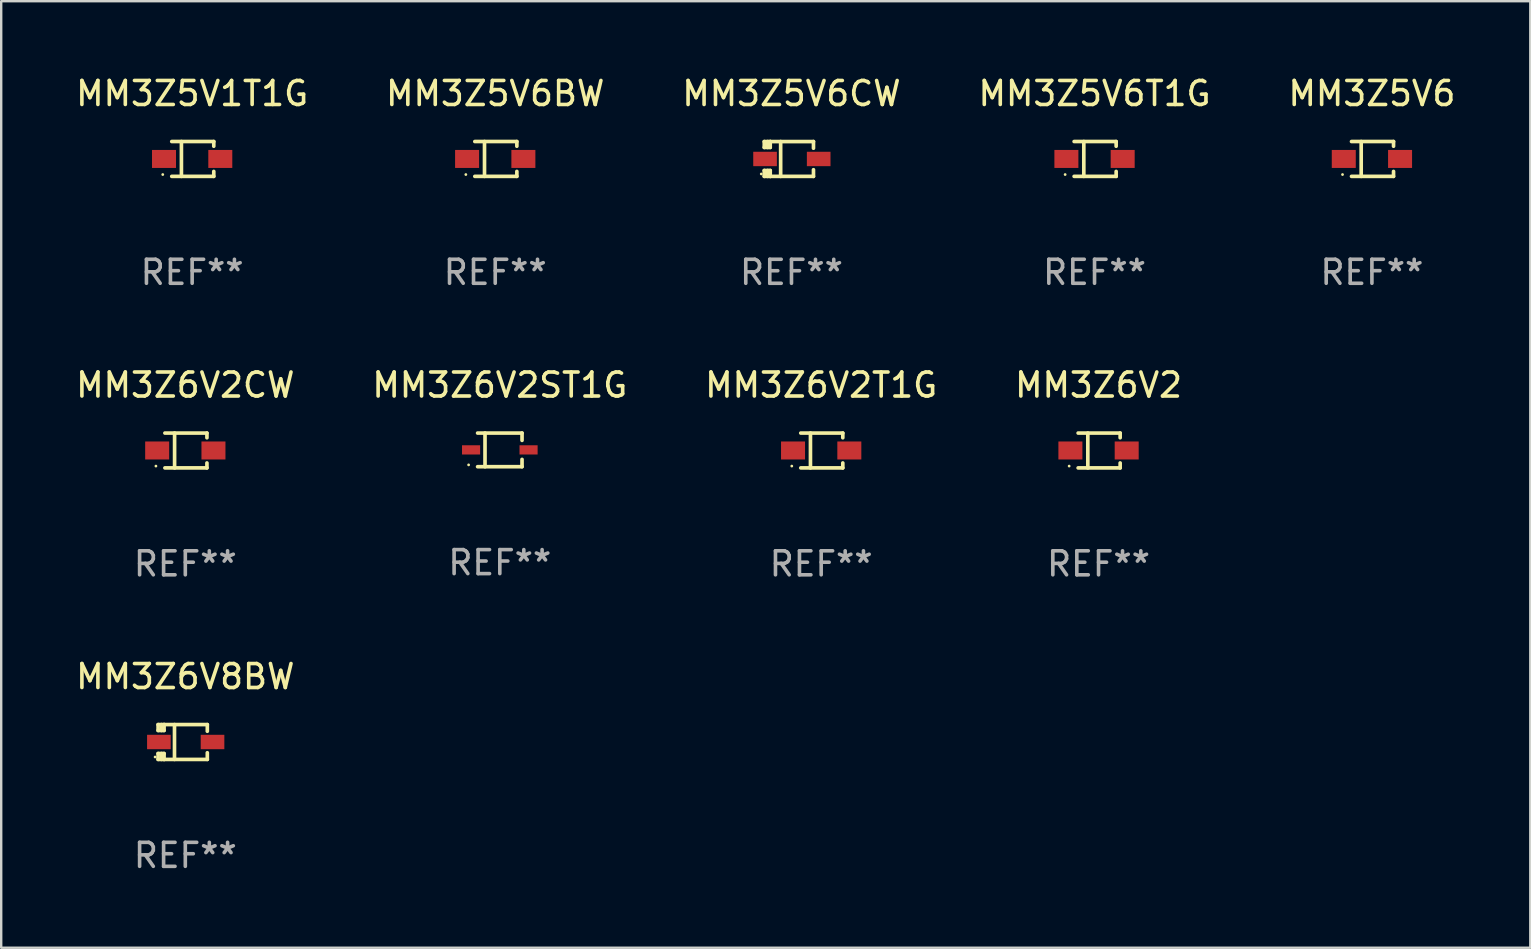
<source format=kicad_pcb>
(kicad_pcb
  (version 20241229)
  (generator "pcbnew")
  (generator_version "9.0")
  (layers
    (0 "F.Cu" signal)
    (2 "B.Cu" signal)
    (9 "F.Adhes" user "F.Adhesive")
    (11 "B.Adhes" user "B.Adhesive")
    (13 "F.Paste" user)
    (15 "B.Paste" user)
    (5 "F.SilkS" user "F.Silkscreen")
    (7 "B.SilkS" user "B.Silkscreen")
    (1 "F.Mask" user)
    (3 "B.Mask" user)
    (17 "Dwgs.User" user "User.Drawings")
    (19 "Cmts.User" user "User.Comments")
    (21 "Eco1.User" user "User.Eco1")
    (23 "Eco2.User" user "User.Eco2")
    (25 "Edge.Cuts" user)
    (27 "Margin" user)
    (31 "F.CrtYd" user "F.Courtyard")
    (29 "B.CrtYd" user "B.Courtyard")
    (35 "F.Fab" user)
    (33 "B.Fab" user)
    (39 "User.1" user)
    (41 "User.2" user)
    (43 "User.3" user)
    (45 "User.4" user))
  (footprint "MM3Z5V6"
    (layer "F.Cu")
    (at 54.125 3.574)
    (property "Reference" "MM3Z5V6" (at 0 -2.726 0) (layer "F.SilkS") (effects (font (size 1 1) (thickness 0.15))))
    (attr through_hole)
    (fp_line (start -0.851 -0.726) (end 0.901 -0.726) (stroke (width 0.152) (type solid)) (layer "F.SilkS"))
    (fp_line (start -0.851 0.726) (end 0.901 0.726) (stroke (width 0.152) (type solid)) (layer "F.SilkS"))
    (fp_line (start -0.447 -0.726) (end -0.447 0.726) (stroke (width 0.152) (type solid)) (layer "F.SilkS"))
    (fp_line (start 0.901 -0.726) (end 0.901 -0.53) (stroke (width 0.152) (type solid)) (layer "F.SilkS"))
    (fp_line (start 0.901 0.726) (end 0.901 0.52) (stroke (width 0.152) (type solid)) (layer "F.SilkS"))
    (fp_circle (center -1.225 0.65) (end -1.195 0.65) (stroke (width 0.06) (type solid)) (fill no) (layer "F.SilkS"))
    (fp_text user "REF**" (at 0 4.726 0) (layer "F.Fab") (effects (font (size 1 1) (thickness 0.15))))
    (pad "1" smd rect (at -1.173 0) (size 1 0.75) (layers "F.Cu" "F.Mask" "F.Paste"))
    (pad "2" smd rect (at 1.173 0) (size 1 0.75) (layers "F.Cu" "F.Mask" "F.Paste")))
  (footprint "MM3Z5V6BW"
    (layer "F.Cu")
    (at 17.589 3.574)
    (property "Reference" "MM3Z5V6BW" (at 0 -2.726 0) (layer "F.SilkS") (effects (font (size 1 1) (thickness 0.15))))
    (attr through_hole)
    (fp_line (start -0.851 -0.726) (end 0.901 -0.726) (stroke (width 0.152) (type solid)) (layer "F.SilkS"))
    (fp_line (start -0.851 0.726) (end 0.901 0.726) (stroke (width 0.152) (type solid)) (layer "F.SilkS"))
    (fp_line (start -0.447 -0.726) (end -0.447 0.726) (stroke (width 0.152) (type solid)) (layer "F.SilkS"))
    (fp_line (start 0.901 -0.726) (end 0.901 -0.53) (stroke (width 0.152) (type solid)) (layer "F.SilkS"))
    (fp_line (start 0.901 0.726) (end 0.901 0.52) (stroke (width 0.152) (type solid)) (layer "F.SilkS"))
    (fp_circle (center -1.225 0.65) (end -1.195 0.65) (stroke (width 0.06) (type solid)) (fill no) (layer "F.SilkS"))
    (fp_text user "REF**" (at 0 4.726 0) (layer "F.Fab") (effects (font (size 1 1) (thickness 0.15))))
    (pad "1" smd rect (at -1.173 0) (size 1 0.75) (layers "F.Cu" "F.Mask" "F.Paste"))
    (pad "2" smd rect (at 1.173 0) (size 1 0.75) (layers "F.Cu" "F.Mask" "F.Paste")))
  (footprint "MM3Z5V6CW"
    (layer "F.Cu")
    (at 29.935 3.575)
    (property "Reference" "MM3Z5V6CW" (at 0 -2.726 0) (layer "F.SilkS") (effects (font (size 1 1) (thickness 0.15))))
    (attr through_hole)
    (fp_line (start -1.134 0.48) (end -1.134 0.726) (stroke (width 0.152) (type solid)) (layer "F.SilkS"))
    (fp_line (start -1.134 0.726) (end -0.885 0.726) (stroke (width 0.152) (type solid)) (layer "F.SilkS"))
    (fp_line (start -1.134 -0.726) (end -1.134 -0.48) (stroke (width 0.152) (type solid)) (layer "F.SilkS"))
    (fp_line (start -0.992 -0.726) (end -0.992 -0.48) (stroke (width 0.152) (type solid)) (layer "F.SilkS"))
    (fp_line (start -0.992 0.48) (end -0.992 0.726) (stroke (width 0.152) (type solid)) (layer "F.SilkS"))
    (fp_line (start -0.885 -0.726) (end -1.134 -0.726) (stroke (width 0.152) (type solid)) (layer "F.SilkS"))
    (fp_line (start -0.885 -0.48) (end -1.134 -0.48) (stroke (width 0.152) (type solid)) (layer "F.SilkS"))
    (fp_line (start -0.885 -0.48) (end -0.885 -0.726) (stroke (width 0.152) (type solid)) (layer "F.SilkS"))
    (fp_line (start -0.885 0.48) (end -1.134 0.48) (stroke (width 0.152) (type solid)) (layer "F.SilkS"))
    (fp_line (start -0.885 0.48) (end -0.885 0.726) (stroke (width 0.152) (type solid)) (layer "F.SilkS"))
    (fp_line (start -0.451 0.726) (end -0.451 -0.726) (stroke (width 0.152) (type solid)) (layer "F.SilkS"))
    (fp_line (start 0.917 -0.726) (end -0.885 -0.726) (stroke (width 0.152) (type solid)) (layer "F.SilkS"))
    (fp_line (start 0.917 -0.726) (end 0.917 -0.448) (stroke (width 0.152) (type solid)) (layer "F.SilkS"))
    (fp_line (start 0.917 0.726) (end -0.885 0.726) (stroke (width 0.152) (type solid)) (layer "F.SilkS"))
    (fp_line (start 0.917 0.726) (end 0.917 0.448) (stroke (width 0.152) (type solid)) (layer "F.SilkS"))
    (fp_circle (center -1.259 0.625) (end -1.229 0.625) (stroke (width 0.06) (type solid)) (fill no) (layer "F.SilkS"))
    (fp_text user "REF**" (at 0 4.726 0) (layer "F.Fab") (effects (font (size 1 1) (thickness 0.15))))
    (pad "1" smd rect (at -1.101 -0.000114) (size 0.985 0.6) (layers "F.Cu" "F.Mask" "F.Paste"))
    (pad "2" smd rect (at 1.134 -0.000114) (size 0.985 0.6) (layers "F.Cu" "F.Mask" "F.Paste")))
  (footprint "MM3Z6V2"
    (layer "F.Cu")
    (at 42.732 15.724)
    (property "Reference" "MM3Z6V2" (at 0 -2.726 0) (layer "F.SilkS") (effects (font (size 1 1) (thickness 0.15))))
    (attr through_hole)
    (fp_line (start -0.851 -0.726) (end 0.901 -0.726) (stroke (width 0.152) (type solid)) (layer "F.SilkS"))
    (fp_line (start -0.851 0.726) (end 0.901 0.726) (stroke (width 0.152) (type solid)) (layer "F.SilkS"))
    (fp_line (start -0.447 -0.726) (end -0.447 0.726) (stroke (width 0.152) (type solid)) (layer "F.SilkS"))
    (fp_line (start 0.901 -0.726) (end 0.901 -0.53) (stroke (width 0.152) (type solid)) (layer "F.SilkS"))
    (fp_line (start 0.901 0.726) (end 0.901 0.52) (stroke (width 0.152) (type solid)) (layer "F.SilkS"))
    (fp_circle (center -1.225 0.65) (end -1.195 0.65) (stroke (width 0.06) (type solid)) (fill no) (layer "F.SilkS"))
    (fp_text user "REF**" (at 0 4.726 0) (layer "F.Fab") (effects (font (size 1 1) (thickness 0.15))))
    (pad "1" smd rect (at -1.173 0) (size 1 0.75) (layers "F.Cu" "F.Mask" "F.Paste"))
    (pad "2" smd rect (at 1.173 0) (size 1 0.75) (layers "F.Cu" "F.Mask" "F.Paste")))
  (footprint "MM3Z6V2ST1G"
    (layer "F.Cu")
    (at 17.78 15.699)
    (property "Reference" "MM3Z6V2ST1G" (at 0 -2.701 0) (layer "F.SilkS") (effects (font (size 1 1) (thickness 0.15))))
    (attr through_hole)
    (fp_line (start -0.926 -0.701) (end 0.926 -0.701) (stroke (width 0.152) (type solid)) (layer "F.SilkS"))
    (fp_line (start -0.926 0.701) (end 0.926 0.701) (stroke (width 0.152) (type solid)) (layer "F.SilkS"))
    (fp_line (start -0.617 -0.701) (end -0.617 0.701) (stroke (width 0.152) (type solid)) (layer "F.SilkS"))
    (fp_line (start 0.926 -0.701) (end 0.926 -0.396) (stroke (width 0.152) (type solid)) (layer "F.SilkS"))
    (fp_line (start 0.926 0.701) (end 0.926 0.396) (stroke (width 0.152) (type solid)) (layer "F.SilkS"))
    (fp_circle (center -1.3 0.625) (end -1.27 0.625) (stroke (width 0.06) (type solid)) (fill no) (layer "F.SilkS"))
    (fp_text user "REF**" (at 0 4.701 0) (layer "F.Fab") (effects (font (size 1 1) (thickness 0.15))))
    (pad "1" smd rect (at -1.198 0 180) (size 0.755 0.385) (layers "F.Cu" "F.Mask" "F.Paste"))
    (pad "2" smd rect (at 1.198 0 180) (size 0.755 0.385) (layers "F.Cu" "F.Mask" "F.Paste")))
  (footprint "MM3Z6V8BW"
    (layer "F.Cu")
    (at 4.673 27.873)
    (property "Reference" "MM3Z6V8BW" (at 0 -2.726 0) (layer "F.SilkS") (effects (font (size 1 1) (thickness 0.15))))
    (attr through_hole)
    (fp_line (start -1.134 0.48) (end -1.134 0.726) (stroke (width 0.152) (type solid)) (layer "F.SilkS"))
    (fp_line (start -1.134 0.726) (end -0.885 0.726) (stroke (width 0.152) (type solid)) (layer "F.SilkS"))
    (fp_line (start -1.134 -0.726) (end -1.134 -0.48) (stroke (width 0.152) (type solid)) (layer "F.SilkS"))
    (fp_line (start -0.992 -0.726) (end -0.992 -0.48) (stroke (width 0.152) (type solid)) (layer "F.SilkS"))
    (fp_line (start -0.992 0.48) (end -0.992 0.726) (stroke (width 0.152) (type solid)) (layer "F.SilkS"))
    (fp_line (start -0.885 -0.726) (end -1.134 -0.726) (stroke (width 0.152) (type solid)) (layer "F.SilkS"))
    (fp_line (start -0.885 -0.48) (end -1.134 -0.48) (stroke (width 0.152) (type solid)) (layer "F.SilkS"))
    (fp_line (start -0.885 -0.48) (end -0.885 -0.726) (stroke (width 0.152) (type solid)) (layer "F.SilkS"))
    (fp_line (start -0.885 0.48) (end -1.134 0.48) (stroke (width 0.152) (type solid)) (layer "F.SilkS"))
    (fp_line (start -0.885 0.48) (end -0.885 0.726) (stroke (width 0.152) (type solid)) (layer "F.SilkS"))
    (fp_line (start -0.451 0.726) (end -0.451 -0.726) (stroke (width 0.152) (type solid)) (layer "F.SilkS"))
    (fp_line (start 0.917 -0.726) (end -0.885 -0.726) (stroke (width 0.152) (type solid)) (layer "F.SilkS"))
    (fp_line (start 0.917 -0.726) (end 0.917 -0.448) (stroke (width 0.152) (type solid)) (layer "F.SilkS"))
    (fp_line (start 0.917 0.726) (end -0.885 0.726) (stroke (width 0.152) (type solid)) (layer "F.SilkS"))
    (fp_line (start 0.917 0.726) (end 0.917 0.448) (stroke (width 0.152) (type solid)) (layer "F.SilkS"))
    (fp_circle (center -1.259 0.625) (end -1.229 0.625) (stroke (width 0.06) (type solid)) (fill no) (layer "F.SilkS"))
    (fp_text user "REF**" (at 0 4.726 0) (layer "F.Fab") (effects (font (size 1 1) (thickness 0.15))))
    (pad "1" smd rect (at -1.101 -0.000114) (size 0.985 0.6) (layers "F.Cu" "F.Mask" "F.Paste"))
    (pad "2" smd rect (at 1.134 -0.000114) (size 0.985 0.6) (layers "F.Cu" "F.Mask" "F.Paste")))
  (footprint "MM3Z6V2T1G"
    (layer "F.Cu")
    (at 31.173 15.724)
    (property "Reference" "MM3Z6V2T1G" (at 0 -2.726 0) (layer "F.SilkS") (effects (font (size 1 1) (thickness 0.15))))
    (attr through_hole)
    (fp_line (start -0.851 -0.726) (end 0.901 -0.726) (stroke (width 0.152) (type solid)) (layer "F.SilkS"))
    (fp_line (start -0.851 0.726) (end 0.901 0.726) (stroke (width 0.152) (type solid)) (layer "F.SilkS"))
    (fp_line (start -0.447 -0.726) (end -0.447 0.726) (stroke (width 0.152) (type solid)) (layer "F.SilkS"))
    (fp_line (start 0.901 -0.726) (end 0.901 -0.53) (stroke (width 0.152) (type solid)) (layer "F.SilkS"))
    (fp_line (start 0.901 0.726) (end 0.901 0.52) (stroke (width 0.152) (type solid)) (layer "F.SilkS"))
    (fp_circle (center -1.225 0.65) (end -1.195 0.65) (stroke (width 0.06) (type solid)) (fill no) (layer "F.SilkS"))
    (fp_text user "REF**" (at 0 4.726 0) (layer "F.Fab") (effects (font (size 1 1) (thickness 0.15))))
    (pad "1" smd rect (at -1.173 0) (size 1 0.75) (layers "F.Cu" "F.Mask" "F.Paste"))
    (pad "2" smd rect (at 1.173 0) (size 1 0.75) (layers "F.Cu" "F.Mask" "F.Paste")))
  (footprint "MM3Z5V6T1G"
    (layer "F.Cu")
    (at 42.565 3.574)
    (property "Reference" "MM3Z5V6T1G" (at 0 -2.726 0) (layer "F.SilkS") (effects (font (size 1 1) (thickness 0.15))))
    (attr through_hole)
    (fp_line (start -0.851 -0.726) (end 0.901 -0.726) (stroke (width 0.152) (type solid)) (layer "F.SilkS"))
    (fp_line (start -0.851 0.726) (end 0.901 0.726) (stroke (width 0.152) (type solid)) (layer "F.SilkS"))
    (fp_line (start -0.447 -0.726) (end -0.447 0.726) (stroke (width 0.152) (type solid)) (layer "F.SilkS"))
    (fp_line (start 0.901 -0.726) (end 0.901 -0.53) (stroke (width 0.152) (type solid)) (layer "F.SilkS"))
    (fp_line (start 0.901 0.726) (end 0.901 0.52) (stroke (width 0.152) (type solid)) (layer "F.SilkS"))
    (fp_circle (center -1.225 0.65) (end -1.195 0.65) (stroke (width 0.06) (type solid)) (fill no) (layer "F.SilkS"))
    (fp_text user "REF**" (at 0 4.726 0) (layer "F.Fab") (effects (font (size 1 1) (thickness 0.15))))
    (pad "1" smd rect (at -1.173 0) (size 1 0.75) (layers "F.Cu" "F.Mask" "F.Paste"))
    (pad "2" smd rect (at 1.173 0) (size 1 0.75) (layers "F.Cu" "F.Mask" "F.Paste")))
  (footprint "MM3Z5V1T1G"
    (layer "F.Cu")
    (at 4.958 3.574)
    (property "Reference" "MM3Z5V1T1G" (at 0 -2.726 0) (layer "F.SilkS") (effects (font (size 1 1) (thickness 0.15))))
    (attr through_hole)
    (fp_line (start -0.851 -0.726) (end 0.901 -0.726) (stroke (width 0.152) (type solid)) (layer "F.SilkS"))
    (fp_line (start -0.851 0.726) (end 0.901 0.726) (stroke (width 0.152) (type solid)) (layer "F.SilkS"))
    (fp_line (start -0.447 -0.726) (end -0.447 0.726) (stroke (width 0.152) (type solid)) (layer "F.SilkS"))
    (fp_line (start 0.901 -0.726) (end 0.901 -0.53) (stroke (width 0.152) (type solid)) (layer "F.SilkS"))
    (fp_line (start 0.901 0.726) (end 0.901 0.52) (stroke (width 0.152) (type solid)) (layer "F.SilkS"))
    (fp_circle (center -1.225 0.65) (end -1.195 0.65) (stroke (width 0.06) (type solid)) (fill no) (layer "F.SilkS"))
    (fp_text user "REF**" (at 0 4.726 0) (layer "F.Fab") (effects (font (size 1 1) (thickness 0.15))))
    (pad "1" smd rect (at -1.173 0) (size 1 0.75) (layers "F.Cu" "F.Mask" "F.Paste"))
    (pad "2" smd rect (at 1.173 0) (size 1 0.75) (layers "F.Cu" "F.Mask" "F.Paste")))
  (footprint "MM3Z6V2CW"
    (layer "F.Cu")
    (at 4.673 15.724)
    (property "Reference" "MM3Z6V2CW" (at 0 -2.726 0) (layer "F.SilkS") (effects (font (size 1 1) (thickness 0.15))))
    (attr through_hole)
    (fp_line (start -0.851 -0.726) (end 0.901 -0.726) (stroke (width 0.152) (type solid)) (layer "F.SilkS"))
    (fp_line (start -0.851 0.726) (end 0.901 0.726) (stroke (width 0.152) (type solid)) (layer "F.SilkS"))
    (fp_line (start -0.447 -0.726) (end -0.447 0.726) (stroke (width 0.152) (type solid)) (layer "F.SilkS"))
    (fp_line (start 0.901 -0.726) (end 0.901 -0.53) (stroke (width 0.152) (type solid)) (layer "F.SilkS"))
    (fp_line (start 0.901 0.726) (end 0.901 0.52) (stroke (width 0.152) (type solid)) (layer "F.SilkS"))
    (fp_circle (center -1.225 0.65) (end -1.195 0.65) (stroke (width 0.06) (type solid)) (fill no) (layer "F.SilkS"))
    (fp_text user "REF**" (at 0 4.726 0) (layer "F.Fab") (effects (font (size 1 1) (thickness 0.15))))
    (pad "1" smd rect (at -1.173 0) (size 1 0.75) (layers "F.Cu" "F.Mask" "F.Paste"))
    (pad "2" smd rect (at 1.173 0) (size 1 0.75) (layers "F.Cu" "F.Mask" "F.Paste")))
  (gr_rect
    (start -3 -3)
    (end 60.726 36.447)
    (stroke (width 0.1) (type default))
    (fill no)
    (layer "Edge.Cuts")))
</source>
